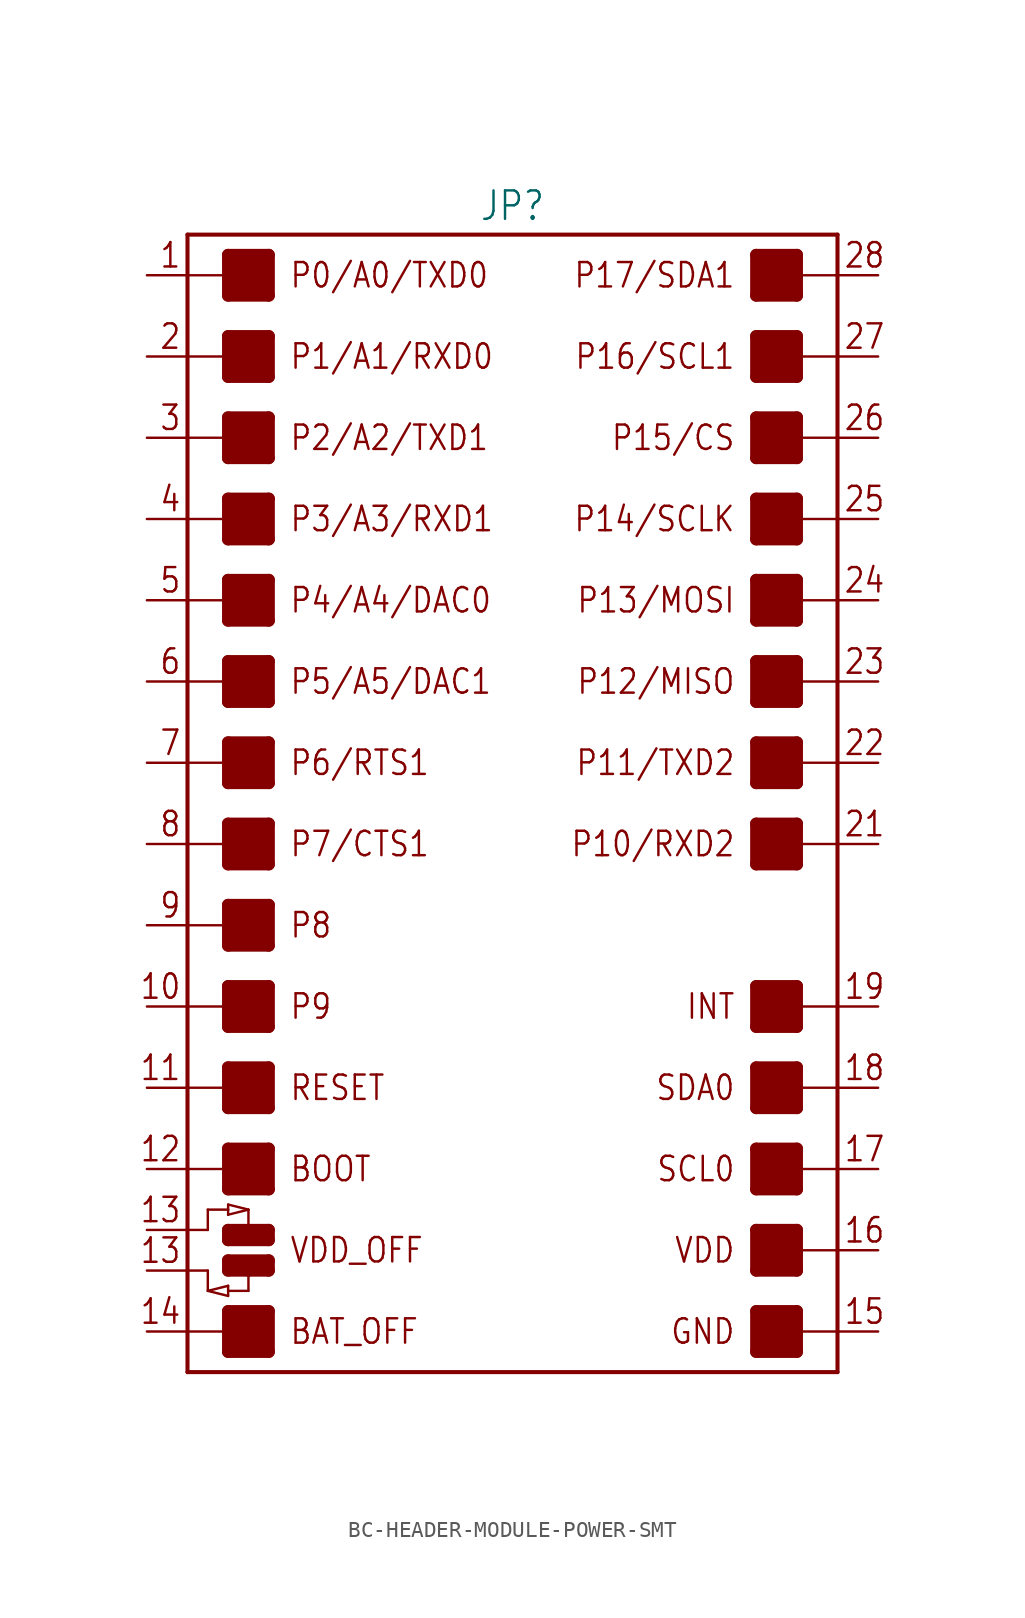
<source format=kicad_sym>
(kicad_symbol_lib
  (version 20231120)
  (generator "kicad_symbol_editor")
  (generator_version "8.0")
  (symbol "BC-HEADER-MODULE-POWER-SMT"
    (property "Reference" "JP"
      (at 0 36.322 0)
      (effects (font (size 1.778 1.511)) (justify bottom)))
    (property "Value" ""
      (at 0 -36.322 0)
      (effects (font (size 1.778 1.511)) (justify top)))
    (property "ki_locked" ""
      (at 0 0 0)
      (effects (font (size 1.27 1.27))))
    (symbol "BC-HEADER-MODULE-POWER-SMT_1_0"
      (rectangle (start -17.78 -34.29) (end -15.24 -31.75) (stroke (width 0) (type default)) (fill (type outline)))
      (rectangle (start -17.78 -24.13) (end -15.24 -21.59) (stroke (width 0) (type default)) (fill (type outline)))
      (rectangle (start -17.78 -19.05) (end -15.24 -16.51) (stroke (width 0) (type default)) (fill (type outline)))
      (rectangle (start -17.78 -13.97) (end -15.24 -11.43) (stroke (width 0) (type default)) (fill (type outline)))
      (rectangle (start -17.78 -8.89) (end -15.24 -6.35) (stroke (width 0) (type default)) (fill (type outline)))
      (rectangle (start -17.78 -3.81) (end -15.24 -1.27) (stroke (width 0) (type default)) (fill (type outline)))
      (rectangle (start -17.78 1.27) (end -15.24 3.81) (stroke (width 0) (type default)) (fill (type outline)))
      (rectangle (start -17.78 6.35) (end -15.24 8.89) (stroke (width 0) (type default)) (fill (type outline)))
      (rectangle (start -17.78 11.43) (end -15.24 13.97) (stroke (width 0) (type default)) (fill (type outline)))
      (rectangle (start -17.78 16.51) (end -15.24 19.05) (stroke (width 0) (type default)) (fill (type outline)))
      (rectangle (start -17.78 21.59) (end -15.24 24.13) (stroke (width 0) (type default)) (fill (type outline)))
      (rectangle (start -17.78 26.67) (end -15.24 29.21) (stroke (width 0) (type default)) (fill (type outline)))
      (rectangle (start -17.78 31.75) (end -15.24 34.29) (stroke (width 0) (type default)) (fill (type outline)))
      (polyline (pts (xy -20.32 -33.02) (xy -20.32 -35.56)) (stroke (width 0.254) (type solid)) (fill (type none)))
      (polyline (pts (xy -20.32 -33.02) (xy -17.78 -33.02)) (stroke (width 0.152) (type solid)) (fill (type none)))
      (polyline (pts (xy -20.32 -29.21) (xy -20.32 -33.02)) (stroke (width 0.254) (type solid)) (fill (type none)))
      (polyline (pts (xy -20.32 -29.21) (xy -19.05 -29.21)) (stroke (width 0.152) (type solid)) (fill (type none)))
      (polyline (pts (xy -20.32 -26.67) (xy -20.32 -29.21)) (stroke (width 0.254) (type solid)) (fill (type none)))
      (polyline (pts (xy -20.32 -26.67) (xy -19.05 -26.67)) (stroke (width 0.152) (type solid)) (fill (type none)))
      (polyline (pts (xy -20.32 -22.86) (xy -20.32 -26.67)) (stroke (width 0.254) (type solid)) (fill (type none)))
      (polyline (pts (xy -20.32 -22.86) (xy -17.78 -22.86)) (stroke (width 0.152) (type solid)) (fill (type none)))
      (polyline (pts (xy -20.32 -17.78) (xy -20.32 -22.86)) (stroke (width 0.254) (type solid)) (fill (type none)))
      (polyline (pts (xy -20.32 -17.78) (xy -17.78 -17.78)) (stroke (width 0.152) (type solid)) (fill (type none)))
      (polyline (pts (xy -20.32 -12.7) (xy -20.32 -17.78)) (stroke (width 0.254) (type solid)) (fill (type none)))
      (polyline (pts (xy -20.32 -12.7) (xy -17.78 -12.7)) (stroke (width 0.152) (type solid)) (fill (type none)))
      (polyline (pts (xy -20.32 -7.62) (xy -20.32 -12.7)) (stroke (width 0.254) (type solid)) (fill (type none)))
      (polyline (pts (xy -20.32 -7.62) (xy -17.78 -7.62)) (stroke (width 0.152) (type solid)) (fill (type none)))
      (polyline (pts (xy -20.32 -2.54) (xy -20.32 -7.62)) (stroke (width 0.254) (type solid)) (fill (type none)))
      (polyline (pts (xy -20.32 -2.54) (xy -17.78 -2.54)) (stroke (width 0.152) (type solid)) (fill (type none)))
      (polyline (pts (xy -20.32 2.54) (xy -20.32 -2.54)) (stroke (width 0.254) (type solid)) (fill (type none)))
      (polyline (pts (xy -20.32 2.54) (xy -17.78 2.54)) (stroke (width 0.152) (type solid)) (fill (type none)))
      (polyline (pts (xy -20.32 7.62) (xy -20.32 2.54)) (stroke (width 0.254) (type solid)) (fill (type none)))
      (polyline (pts (xy -20.32 7.62) (xy -17.78 7.62)) (stroke (width 0.152) (type solid)) (fill (type none)))
      (polyline (pts (xy -20.32 12.7) (xy -20.32 7.62)) (stroke (width 0.254) (type solid)) (fill (type none)))
      (polyline (pts (xy -20.32 12.7) (xy -17.78 12.7)) (stroke (width 0.152) (type solid)) (fill (type none)))
      (polyline (pts (xy -20.32 17.78) (xy -20.32 12.7)) (stroke (width 0.254) (type solid)) (fill (type none)))
      (polyline (pts (xy -20.32 17.78) (xy -17.78 17.78)) (stroke (width 0.152) (type solid)) (fill (type none)))
      (polyline (pts (xy -20.32 22.86) (xy -20.32 17.78)) (stroke (width 0.254) (type solid)) (fill (type none)))
      (polyline (pts (xy -20.32 22.86) (xy -17.78 22.86)) (stroke (width 0.152) (type solid)) (fill (type none)))
      (polyline (pts (xy -20.32 27.94) (xy -20.32 22.86)) (stroke (width 0.254) (type solid)) (fill (type none)))
      (polyline (pts (xy -20.32 27.94) (xy -17.78 27.94)) (stroke (width 0.152) (type solid)) (fill (type none)))
      (polyline (pts (xy -20.32 33.02) (xy -20.32 27.94)) (stroke (width 0.254) (type solid)) (fill (type none)))
      (polyline (pts (xy -20.32 33.02) (xy -17.78 33.02)) (stroke (width 0.152) (type solid)) (fill (type none)))
      (polyline (pts (xy -20.32 35.56) (xy -20.32 33.02)) (stroke (width 0.254) (type solid)) (fill (type none)))
      (polyline (pts (xy -20.32 35.56) (xy 20.32 35.56)) (stroke (width 0.254) (type solid)) (fill (type none)))
      (polyline (pts (xy -19.05 -30.48) (xy -17.78 -30.163)) (stroke (width 0.152) (type solid)) (fill (type none)))
      (polyline (pts (xy -19.05 -29.21) (xy -19.05 -30.48)) (stroke (width 0.152) (type solid)) (fill (type none)))
      (polyline (pts (xy -19.05 -26.67) (xy -19.05 -25.4)) (stroke (width 0.152) (type solid)) (fill (type none)))
      (polyline (pts (xy -19.05 -25.4) (xy -17.78 -25.4)) (stroke (width 0.152) (type solid)) (fill (type none)))
      (polyline (pts (xy -17.78 -34.29) (xy -15.24 -34.29)) (stroke (width 0.762) (type solid)) (fill (type none)))
      (polyline (pts (xy -17.78 -33.02) (xy -17.78 -34.29)) (stroke (width 0.762) (type solid)) (fill (type none)))
      (polyline (pts (xy -17.78 -31.75) (xy -17.78 -33.02)) (stroke (width 0.762) (type solid)) (fill (type none)))
      (polyline (pts (xy -17.78 -31.75) (xy -15.24 -31.75)) (stroke (width 0.762) (type solid)) (fill (type none)))
      (polyline (pts (xy -17.78 -30.797) (xy -19.05 -30.48)) (stroke (width 0.152) (type solid)) (fill (type none)))
      (polyline (pts (xy -17.78 -30.48) (xy -17.78 -30.797)) (stroke (width 0.152) (type solid)) (fill (type none)))
      (polyline (pts (xy -17.78 -30.163) (xy -17.78 -30.48)) (stroke (width 0.152) (type solid)) (fill (type none)))
      (polyline (pts (xy -17.78 -29.21) (xy -17.78 -28.575)) (stroke (width 0.762) (type solid)) (fill (type none)))
      (polyline (pts (xy -17.78 -29.21) (xy -16.51 -29.21)) (stroke (width 0.762) (type solid)) (fill (type none)))
      (polyline (pts (xy -17.78 -28.575) (xy -15.24 -28.575)) (stroke (width 0.762) (type solid)) (fill (type none)))
      (polyline (pts (xy -17.78 -27.305) (xy -15.24 -27.305)) (stroke (width 0.762) (type solid)) (fill (type none)))
      (polyline (pts (xy -17.78 -26.67) (xy -17.78 -27.305)) (stroke (width 0.762) (type solid)) (fill (type none)))
      (polyline (pts (xy -17.78 -26.67) (xy -16.51 -26.67)) (stroke (width 0.762) (type solid)) (fill (type none)))
      (polyline (pts (xy -17.78 -25.718) (xy -16.51 -25.4)) (stroke (width 0.152) (type solid)) (fill (type none)))
      (polyline (pts (xy -17.78 -25.4) (xy -17.78 -25.718)) (stroke (width 0.152) (type solid)) (fill (type none)))
      (polyline (pts (xy -17.78 -25.082) (xy -17.78 -25.4)) (stroke (width 0.152) (type solid)) (fill (type none)))
      (polyline (pts (xy -17.78 -24.13) (xy -15.24 -24.13)) (stroke (width 0.762) (type solid)) (fill (type none)))
      (polyline (pts (xy -17.78 -22.86) (xy -17.78 -24.13)) (stroke (width 0.762) (type solid)) (fill (type none)))
      (polyline (pts (xy -17.78 -21.59) (xy -17.78 -22.86)) (stroke (width 0.762) (type solid)) (fill (type none)))
      (polyline (pts (xy -17.78 -21.59) (xy -15.24 -21.59)) (stroke (width 0.762) (type solid)) (fill (type none)))
      (polyline (pts (xy -17.78 -19.05) (xy -15.24 -19.05)) (stroke (width 0.762) (type solid)) (fill (type none)))
      (polyline (pts (xy -17.78 -17.78) (xy -17.78 -19.05)) (stroke (width 0.762) (type solid)) (fill (type none)))
      (polyline (pts (xy -17.78 -16.51) (xy -17.78 -17.78)) (stroke (width 0.762) (type solid)) (fill (type none)))
      (polyline (pts (xy -17.78 -16.51) (xy -15.24 -16.51)) (stroke (width 0.762) (type solid)) (fill (type none)))
      (polyline (pts (xy -17.78 -13.97) (xy -15.24 -13.97)) (stroke (width 0.762) (type solid)) (fill (type none)))
      (polyline (pts (xy -17.78 -12.7) (xy -17.78 -13.97)) (stroke (width 0.762) (type solid)) (fill (type none)))
      (polyline (pts (xy -17.78 -11.43) (xy -17.78 -12.7)) (stroke (width 0.762) (type solid)) (fill (type none)))
      (polyline (pts (xy -17.78 -11.43) (xy -15.24 -11.43)) (stroke (width 0.762) (type solid)) (fill (type none)))
      (polyline (pts (xy -17.78 -8.89) (xy -15.24 -8.89)) (stroke (width 0.762) (type solid)) (fill (type none)))
      (polyline (pts (xy -17.78 -7.62) (xy -17.78 -8.89)) (stroke (width 0.762) (type solid)) (fill (type none)))
      (polyline (pts (xy -17.78 -6.35) (xy -17.78 -7.62)) (stroke (width 0.762) (type solid)) (fill (type none)))
      (polyline (pts (xy -17.78 -6.35) (xy -15.24 -6.35)) (stroke (width 0.762) (type solid)) (fill (type none)))
      (polyline (pts (xy -17.78 -3.81) (xy -15.24 -3.81)) (stroke (width 0.762) (type solid)) (fill (type none)))
      (polyline (pts (xy -17.78 -2.54) (xy -17.78 -3.81)) (stroke (width 0.762) (type solid)) (fill (type none)))
      (polyline (pts (xy -17.78 -1.27) (xy -17.78 -2.54)) (stroke (width 0.762) (type solid)) (fill (type none)))
      (polyline (pts (xy -17.78 -1.27) (xy -15.24 -1.27)) (stroke (width 0.762) (type solid)) (fill (type none)))
      (polyline (pts (xy -17.78 1.27) (xy -15.24 1.27)) (stroke (width 0.762) (type solid)) (fill (type none)))
      (polyline (pts (xy -17.78 2.54) (xy -17.78 1.27)) (stroke (width 0.762) (type solid)) (fill (type none)))
      (polyline (pts (xy -17.78 3.81) (xy -17.78 2.54)) (stroke (width 0.762) (type solid)) (fill (type none)))
      (polyline (pts (xy -17.78 3.81) (xy -15.24 3.81)) (stroke (width 0.762) (type solid)) (fill (type none)))
      (polyline (pts (xy -17.78 6.35) (xy -15.24 6.35)) (stroke (width 0.762) (type solid)) (fill (type none)))
      (polyline (pts (xy -17.78 7.62) (xy -17.78 6.35)) (stroke (width 0.762) (type solid)) (fill (type none)))
      (polyline (pts (xy -17.78 8.89) (xy -17.78 7.62)) (stroke (width 0.762) (type solid)) (fill (type none)))
      (polyline (pts (xy -17.78 8.89) (xy -15.24 8.89)) (stroke (width 0.762) (type solid)) (fill (type none)))
      (polyline (pts (xy -17.78 11.43) (xy -15.24 11.43)) (stroke (width 0.762) (type solid)) (fill (type none)))
      (polyline (pts (xy -17.78 12.7) (xy -17.78 11.43)) (stroke (width 0.762) (type solid)) (fill (type none)))
      (polyline (pts (xy -17.78 13.97) (xy -17.78 12.7)) (stroke (width 0.762) (type solid)) (fill (type none)))
      (polyline (pts (xy -17.78 13.97) (xy -15.24 13.97)) (stroke (width 0.762) (type solid)) (fill (type none)))
      (polyline (pts (xy -17.78 16.51) (xy -15.24 16.51)) (stroke (width 0.762) (type solid)) (fill (type none)))
      (polyline (pts (xy -17.78 17.78) (xy -17.78 16.51)) (stroke (width 0.762) (type solid)) (fill (type none)))
      (polyline (pts (xy -17.78 19.05) (xy -17.78 17.78)) (stroke (width 0.762) (type solid)) (fill (type none)))
      (polyline (pts (xy -17.78 19.05) (xy -15.24 19.05)) (stroke (width 0.762) (type solid)) (fill (type none)))
      (polyline (pts (xy -17.78 21.59) (xy -15.24 21.59)) (stroke (width 0.762) (type solid)) (fill (type none)))
      (polyline (pts (xy -17.78 22.86) (xy -17.78 21.59)) (stroke (width 0.762) (type solid)) (fill (type none)))
      (polyline (pts (xy -17.78 24.13) (xy -17.78 22.86)) (stroke (width 0.762) (type solid)) (fill (type none)))
      (polyline (pts (xy -17.78 24.13) (xy -15.24 24.13)) (stroke (width 0.762) (type solid)) (fill (type none)))
      (polyline (pts (xy -17.78 26.67) (xy -15.24 26.67)) (stroke (width 0.762) (type solid)) (fill (type none)))
      (polyline (pts (xy -17.78 27.94) (xy -17.78 26.67)) (stroke (width 0.762) (type solid)) (fill (type none)))
      (polyline (pts (xy -17.78 29.21) (xy -17.78 27.94)) (stroke (width 0.762) (type solid)) (fill (type none)))
      (polyline (pts (xy -17.78 29.21) (xy -15.24 29.21)) (stroke (width 0.762) (type solid)) (fill (type none)))
      (polyline (pts (xy -17.78 31.75) (xy -15.24 31.75)) (stroke (width 0.762) (type solid)) (fill (type none)))
      (polyline (pts (xy -17.78 33.02) (xy -17.78 31.75)) (stroke (width 0.762) (type solid)) (fill (type none)))
      (polyline (pts (xy -17.78 34.29) (xy -17.78 33.02)) (stroke (width 0.762) (type solid)) (fill (type none)))
      (polyline (pts (xy -17.78 34.29) (xy -15.24 34.29)) (stroke (width 0.762) (type solid)) (fill (type none)))
      (polyline (pts (xy -16.51 -30.48) (xy -17.78 -30.48)) (stroke (width 0.152) (type solid)) (fill (type none)))
      (polyline (pts (xy -16.51 -30.48) (xy -16.51 -29.21)) (stroke (width 0.152) (type solid)) (fill (type none)))
      (polyline (pts (xy -16.51 -29.21) (xy -15.24 -29.21)) (stroke (width 0.762) (type solid)) (fill (type none)))
      (polyline (pts (xy -16.51 -26.67) (xy -15.24 -26.67)) (stroke (width 0.762) (type solid)) (fill (type none)))
      (polyline (pts (xy -16.51 -25.4) (xy -17.78 -25.082)) (stroke (width 0.152) (type solid)) (fill (type none)))
      (polyline (pts (xy -16.51 -25.4) (xy -16.51 -26.67)) (stroke (width 0.152) (type solid)) (fill (type none)))
      (polyline (pts (xy -15.24 -34.29) (xy -15.24 -31.75)) (stroke (width 0.762) (type solid)) (fill (type none)))
      (polyline (pts (xy -15.24 -28.575) (xy -15.24 -29.21)) (stroke (width 0.762) (type solid)) (fill (type none)))
      (polyline (pts (xy -15.24 -27.305) (xy -15.24 -26.67)) (stroke (width 0.762) (type solid)) (fill (type none)))
      (polyline (pts (xy -15.24 -24.13) (xy -15.24 -21.59)) (stroke (width 0.762) (type solid)) (fill (type none)))
      (polyline (pts (xy -15.24 -19.05) (xy -15.24 -16.51)) (stroke (width 0.762) (type solid)) (fill (type none)))
      (polyline (pts (xy -15.24 -13.97) (xy -15.24 -11.43)) (stroke (width 0.762) (type solid)) (fill (type none)))
      (polyline (pts (xy -15.24 -8.89) (xy -15.24 -6.35)) (stroke (width 0.762) (type solid)) (fill (type none)))
      (polyline (pts (xy -15.24 -3.81) (xy -15.24 -1.27)) (stroke (width 0.762) (type solid)) (fill (type none)))
      (polyline (pts (xy -15.24 1.27) (xy -15.24 3.81)) (stroke (width 0.762) (type solid)) (fill (type none)))
      (polyline (pts (xy -15.24 6.35) (xy -15.24 8.89)) (stroke (width 0.762) (type solid)) (fill (type none)))
      (polyline (pts (xy -15.24 11.43) (xy -15.24 13.97)) (stroke (width 0.762) (type solid)) (fill (type none)))
      (polyline (pts (xy -15.24 16.51) (xy -15.24 19.05)) (stroke (width 0.762) (type solid)) (fill (type none)))
      (polyline (pts (xy -15.24 21.59) (xy -15.24 24.13)) (stroke (width 0.762) (type solid)) (fill (type none)))
      (polyline (pts (xy -15.24 26.67) (xy -15.24 29.21)) (stroke (width 0.762) (type solid)) (fill (type none)))
      (polyline (pts (xy -15.24 31.75) (xy -15.24 34.29)) (stroke (width 0.762) (type solid)) (fill (type none)))
      (polyline (pts (xy 15.24 -34.29) (xy 17.78 -34.29)) (stroke (width 0.762) (type solid)) (fill (type none)))
      (polyline (pts (xy 15.24 -31.75) (xy 15.24 -34.29)) (stroke (width 0.762) (type solid)) (fill (type none)))
      (polyline (pts (xy 15.24 -31.75) (xy 17.78 -31.75)) (stroke (width 0.762) (type solid)) (fill (type none)))
      (polyline (pts (xy 15.24 -29.21) (xy 17.78 -29.21)) (stroke (width 0.762) (type solid)) (fill (type none)))
      (polyline (pts (xy 15.24 -26.67) (xy 15.24 -29.21)) (stroke (width 0.762) (type solid)) (fill (type none)))
      (polyline (pts (xy 15.24 -26.67) (xy 17.78 -26.67)) (stroke (width 0.762) (type solid)) (fill (type none)))
      (polyline (pts (xy 15.24 -24.13) (xy 17.78 -24.13)) (stroke (width 0.762) (type solid)) (fill (type none)))
      (polyline (pts (xy 15.24 -21.59) (xy 15.24 -24.13)) (stroke (width 0.762) (type solid)) (fill (type none)))
      (polyline (pts (xy 15.24 -21.59) (xy 17.78 -21.59)) (stroke (width 0.762) (type solid)) (fill (type none)))
      (polyline (pts (xy 15.24 -19.05) (xy 17.78 -19.05)) (stroke (width 0.762) (type solid)) (fill (type none)))
      (polyline (pts (xy 15.24 -16.51) (xy 15.24 -19.05)) (stroke (width 0.762) (type solid)) (fill (type none)))
      (polyline (pts (xy 15.24 -16.51) (xy 17.78 -16.51)) (stroke (width 0.762) (type solid)) (fill (type none)))
      (polyline (pts (xy 15.24 -13.97) (xy 17.78 -13.97)) (stroke (width 0.762) (type solid)) (fill (type none)))
      (polyline (pts (xy 15.24 -11.43) (xy 15.24 -13.97)) (stroke (width 0.762) (type solid)) (fill (type none)))
      (polyline (pts (xy 15.24 -11.43) (xy 17.78 -11.43)) (stroke (width 0.762) (type solid)) (fill (type none)))
      (polyline (pts (xy 15.24 -3.81) (xy 17.78 -3.81)) (stroke (width 0.762) (type solid)) (fill (type none)))
      (polyline (pts (xy 15.24 -1.27) (xy 15.24 -3.81)) (stroke (width 0.762) (type solid)) (fill (type none)))
      (polyline (pts (xy 15.24 -1.27) (xy 17.78 -1.27)) (stroke (width 0.762) (type solid)) (fill (type none)))
      (polyline (pts (xy 15.24 1.27) (xy 17.78 1.27)) (stroke (width 0.762) (type solid)) (fill (type none)))
      (polyline (pts (xy 15.24 3.81) (xy 15.24 1.27)) (stroke (width 0.762) (type solid)) (fill (type none)))
      (polyline (pts (xy 15.24 3.81) (xy 17.78 3.81)) (stroke (width 0.762) (type solid)) (fill (type none)))
      (polyline (pts (xy 15.24 6.35) (xy 17.78 6.35)) (stroke (width 0.762) (type solid)) (fill (type none)))
      (polyline (pts (xy 15.24 8.89) (xy 15.24 6.35)) (stroke (width 0.762) (type solid)) (fill (type none)))
      (polyline (pts (xy 15.24 8.89) (xy 17.78 8.89)) (stroke (width 0.762) (type solid)) (fill (type none)))
      (polyline (pts (xy 15.24 11.43) (xy 17.78 11.43)) (stroke (width 0.762) (type solid)) (fill (type none)))
      (polyline (pts (xy 15.24 13.97) (xy 15.24 11.43)) (stroke (width 0.762) (type solid)) (fill (type none)))
      (polyline (pts (xy 15.24 13.97) (xy 17.78 13.97)) (stroke (width 0.762) (type solid)) (fill (type none)))
      (polyline (pts (xy 15.24 16.51) (xy 17.78 16.51)) (stroke (width 0.762) (type solid)) (fill (type none)))
      (polyline (pts (xy 15.24 19.05) (xy 15.24 16.51)) (stroke (width 0.762) (type solid)) (fill (type none)))
      (polyline (pts (xy 15.24 19.05) (xy 17.78 19.05)) (stroke (width 0.762) (type solid)) (fill (type none)))
      (polyline (pts (xy 15.24 21.59) (xy 17.78 21.59)) (stroke (width 0.762) (type solid)) (fill (type none)))
      (polyline (pts (xy 15.24 24.13) (xy 15.24 21.59)) (stroke (width 0.762) (type solid)) (fill (type none)))
      (polyline (pts (xy 15.24 24.13) (xy 17.78 24.13)) (stroke (width 0.762) (type solid)) (fill (type none)))
      (polyline (pts (xy 15.24 26.67) (xy 17.78 26.67)) (stroke (width 0.762) (type solid)) (fill (type none)))
      (polyline (pts (xy 15.24 29.21) (xy 15.24 26.67)) (stroke (width 0.762) (type solid)) (fill (type none)))
      (polyline (pts (xy 15.24 29.21) (xy 17.78 29.21)) (stroke (width 0.762) (type solid)) (fill (type none)))
      (polyline (pts (xy 15.24 31.75) (xy 17.78 31.75)) (stroke (width 0.762) (type solid)) (fill (type none)))
      (polyline (pts (xy 15.24 34.29) (xy 15.24 31.75)) (stroke (width 0.762) (type solid)) (fill (type none)))
      (polyline (pts (xy 15.24 34.29) (xy 17.78 34.29)) (stroke (width 0.762) (type solid)) (fill (type none)))
      (polyline (pts (xy 17.78 -34.29) (xy 17.78 -33.02)) (stroke (width 0.762) (type solid)) (fill (type none)))
      (polyline (pts (xy 17.78 -33.02) (xy 17.78 -31.75)) (stroke (width 0.762) (type solid)) (fill (type none)))
      (polyline (pts (xy 17.78 -33.02) (xy 20.32 -33.02)) (stroke (width 0.152) (type solid)) (fill (type none)))
      (polyline (pts (xy 17.78 -29.21) (xy 17.78 -27.94)) (stroke (width 0.762) (type solid)) (fill (type none)))
      (polyline (pts (xy 17.78 -27.94) (xy 17.78 -26.67)) (stroke (width 0.762) (type solid)) (fill (type none)))
      (polyline (pts (xy 17.78 -27.94) (xy 20.32 -27.94)) (stroke (width 0.152) (type solid)) (fill (type none)))
      (polyline (pts (xy 17.78 -24.13) (xy 17.78 -22.86)) (stroke (width 0.762) (type solid)) (fill (type none)))
      (polyline (pts (xy 17.78 -22.86) (xy 17.78 -21.59)) (stroke (width 0.762) (type solid)) (fill (type none)))
      (polyline (pts (xy 17.78 -22.86) (xy 20.32 -22.86)) (stroke (width 0.152) (type solid)) (fill (type none)))
      (polyline (pts (xy 17.78 -19.05) (xy 17.78 -17.78)) (stroke (width 0.762) (type solid)) (fill (type none)))
      (polyline (pts (xy 17.78 -17.78) (xy 17.78 -16.51)) (stroke (width 0.762) (type solid)) (fill (type none)))
      (polyline (pts (xy 17.78 -17.78) (xy 20.32 -17.78)) (stroke (width 0.152) (type solid)) (fill (type none)))
      (polyline (pts (xy 17.78 -13.97) (xy 17.78 -12.7)) (stroke (width 0.762) (type solid)) (fill (type none)))
      (polyline (pts (xy 17.78 -12.7) (xy 17.78 -11.43)) (stroke (width 0.762) (type solid)) (fill (type none)))
      (polyline (pts (xy 17.78 -12.7) (xy 20.32 -12.7)) (stroke (width 0.152) (type solid)) (fill (type none)))
      (polyline (pts (xy 17.78 -3.81) (xy 17.78 -2.54)) (stroke (width 0.762) (type solid)) (fill (type none)))
      (polyline (pts (xy 17.78 -2.54) (xy 17.78 -1.27)) (stroke (width 0.762) (type solid)) (fill (type none)))
      (polyline (pts (xy 17.78 -2.54) (xy 20.32 -2.54)) (stroke (width 0.152) (type solid)) (fill (type none)))
      (polyline (pts (xy 17.78 1.27) (xy 17.78 2.54)) (stroke (width 0.762) (type solid)) (fill (type none)))
      (polyline (pts (xy 17.78 2.54) (xy 17.78 3.81)) (stroke (width 0.762) (type solid)) (fill (type none)))
      (polyline (pts (xy 17.78 2.54) (xy 20.32 2.54)) (stroke (width 0.152) (type solid)) (fill (type none)))
      (polyline (pts (xy 17.78 6.35) (xy 17.78 7.62)) (stroke (width 0.762) (type solid)) (fill (type none)))
      (polyline (pts (xy 17.78 7.62) (xy 17.78 8.89)) (stroke (width 0.762) (type solid)) (fill (type none)))
      (polyline (pts (xy 17.78 7.62) (xy 20.32 7.62)) (stroke (width 0.152) (type solid)) (fill (type none)))
      (polyline (pts (xy 17.78 11.43) (xy 17.78 12.7)) (stroke (width 0.762) (type solid)) (fill (type none)))
      (polyline (pts (xy 17.78 12.7) (xy 17.78 13.97)) (stroke (width 0.762) (type solid)) (fill (type none)))
      (polyline (pts (xy 17.78 12.7) (xy 20.32 12.7)) (stroke (width 0.152) (type solid)) (fill (type none)))
      (polyline (pts (xy 17.78 16.51) (xy 17.78 17.78)) (stroke (width 0.762) (type solid)) (fill (type none)))
      (polyline (pts (xy 17.78 17.78) (xy 17.78 19.05)) (stroke (width 0.762) (type solid)) (fill (type none)))
      (polyline (pts (xy 17.78 17.78) (xy 20.32 17.78)) (stroke (width 0.152) (type solid)) (fill (type none)))
      (polyline (pts (xy 17.78 21.59) (xy 17.78 22.86)) (stroke (width 0.762) (type solid)) (fill (type none)))
      (polyline (pts (xy 17.78 22.86) (xy 17.78 24.13)) (stroke (width 0.762) (type solid)) (fill (type none)))
      (polyline (pts (xy 17.78 22.86) (xy 20.32 22.86)) (stroke (width 0.152) (type solid)) (fill (type none)))
      (polyline (pts (xy 17.78 26.67) (xy 17.78 27.94)) (stroke (width 0.762) (type solid)) (fill (type none)))
      (polyline (pts (xy 17.78 27.94) (xy 17.78 29.21)) (stroke (width 0.762) (type solid)) (fill (type none)))
      (polyline (pts (xy 17.78 27.94) (xy 20.32 27.94)) (stroke (width 0.152) (type solid)) (fill (type none)))
      (polyline (pts (xy 17.78 31.75) (xy 17.78 33.02)) (stroke (width 0.762) (type solid)) (fill (type none)))
      (polyline (pts (xy 17.78 33.02) (xy 17.78 34.29)) (stroke (width 0.762) (type solid)) (fill (type none)))
      (polyline (pts (xy 17.78 33.02) (xy 20.32 33.02)) (stroke (width 0.152) (type solid)) (fill (type none)))
      (polyline (pts (xy 20.32 -35.56) (xy -20.32 -35.56)) (stroke (width 0.254) (type solid)) (fill (type none)))
      (polyline (pts (xy 20.32 -33.02) (xy 20.32 -35.56)) (stroke (width 0.254) (type solid)) (fill (type none)))
      (polyline (pts (xy 20.32 -27.94) (xy 20.32 -33.02)) (stroke (width 0.254) (type solid)) (fill (type none)))
      (polyline (pts (xy 20.32 -22.86) (xy 20.32 -27.94)) (stroke (width 0.254) (type solid)) (fill (type none)))
      (polyline (pts (xy 20.32 -17.78) (xy 20.32 -22.86)) (stroke (width 0.254) (type solid)) (fill (type none)))
      (polyline (pts (xy 20.32 -12.7) (xy 20.32 -17.78)) (stroke (width 0.254) (type solid)) (fill (type none)))
      (polyline (pts (xy 20.32 -2.54) (xy 20.32 -12.7)) (stroke (width 0.254) (type solid)) (fill (type none)))
      (polyline (pts (xy 20.32 2.54) (xy 20.32 -2.54)) (stroke (width 0.254) (type solid)) (fill (type none)))
      (polyline (pts (xy 20.32 7.62) (xy 20.32 2.54)) (stroke (width 0.254) (type solid)) (fill (type none)))
      (polyline (pts (xy 20.32 12.7) (xy 20.32 7.62)) (stroke (width 0.254) (type solid)) (fill (type none)))
      (polyline (pts (xy 20.32 17.78) (xy 20.32 12.7)) (stroke (width 0.254) (type solid)) (fill (type none)))
      (polyline (pts (xy 20.32 22.86) (xy 20.32 17.78)) (stroke (width 0.254) (type solid)) (fill (type none)))
      (polyline (pts (xy 20.32 27.94) (xy 20.32 22.86)) (stroke (width 0.254) (type solid)) (fill (type none)))
      (polyline (pts (xy 20.32 33.02) (xy 20.32 27.94)) (stroke (width 0.254) (type solid)) (fill (type none)))
      (polyline (pts (xy 20.32 35.56) (xy 20.32 33.02)) (stroke (width 0.254) (type solid)) (fill (type none)))
      (rectangle (start 15.24 -34.29) (end 17.78 -31.75) (stroke (width 0) (type default)) (fill (type outline)))
      (rectangle (start 15.24 -29.21) (end 17.78 -26.67) (stroke (width 0) (type default)) (fill (type outline)))
      (rectangle (start 15.24 -24.13) (end 17.78 -21.59) (stroke (width 0) (type default)) (fill (type outline)))
      (rectangle (start 15.24 -19.05) (end 17.78 -16.51) (stroke (width 0) (type default)) (fill (type outline)))
      (rectangle (start 15.24 -13.97) (end 17.78 -11.43) (stroke (width 0) (type default)) (fill (type outline)))
      (rectangle (start 15.24 -3.81) (end 17.78 -1.27) (stroke (width 0) (type default)) (fill (type outline)))
      (rectangle (start 15.24 1.27) (end 17.78 3.81) (stroke (width 0) (type default)) (fill (type outline)))
      (rectangle (start 15.24 6.35) (end 17.78 8.89) (stroke (width 0) (type default)) (fill (type outline)))
      (rectangle (start 15.24 11.43) (end 17.78 13.97) (stroke (width 0) (type default)) (fill (type outline)))
      (rectangle (start 15.24 16.51) (end 17.78 19.05) (stroke (width 0) (type default)) (fill (type outline)))
      (rectangle (start 15.24 21.59) (end 17.78 24.13) (stroke (width 0) (type default)) (fill (type outline)))
      (rectangle (start 15.24 26.67) (end 17.78 29.21) (stroke (width 0) (type default)) (fill (type outline)))
      (rectangle (start 15.24 31.75) (end 17.78 34.29) (stroke (width 0) (type default)) (fill (type outline)))
      (text "1" (at -20.676 33.376 0) (effects (font (size 1.524 1.295)) (justify right bottom)))
      (text "10" (at -20.676 -12.344 0) (effects (font (size 1.524 1.295)) (justify right bottom)))
      (text "11" (at -20.676 -17.424 0) (effects (font (size 1.524 1.295)) (justify right bottom)))
      (text "12" (at -20.676 -22.504 0) (effects (font (size 1.524 1.295)) (justify right bottom)))
      (text "13" (at -20.676 -28.854 0) (effects (font (size 1.524 1.295)) (justify right bottom)))
      (text "13" (at -20.676 -26.314 0) (effects (font (size 1.524 1.295)) (justify right bottom)))
      (text "14" (at -20.676 -32.664 0) (effects (font (size 1.524 1.295)) (justify right bottom)))
      (text "15" (at 20.676 -32.664 0) (effects (font (size 1.524 1.295)) (justify left bottom)))
      (text "16" (at 20.676 -27.584 0) (effects (font (size 1.524 1.295)) (justify left bottom)))
      (text "17" (at 20.676 -22.504 0) (effects (font (size 1.524 1.295)) (justify left bottom)))
      (text "18" (at 20.676 -17.424 0) (effects (font (size 1.524 1.295)) (justify left bottom)))
      (text "19" (at 20.676 -12.344 0) (effects (font (size 1.524 1.295)) (justify left bottom)))
      (text "2" (at -20.676 28.296 0) (effects (font (size 1.524 1.295)) (justify right bottom)))
      (text "21" (at 20.676 -2.184 0) (effects (font (size 1.524 1.295)) (justify left bottom)))
      (text "22" (at 20.676 2.896 0) (effects (font (size 1.524 1.295)) (justify left bottom)))
      (text "23" (at 20.676 7.976 0) (effects (font (size 1.524 1.295)) (justify left bottom)))
      (text "24" (at 20.676 13.056 0) (effects (font (size 1.524 1.295)) (justify left bottom)))
      (text "25" (at 20.676 18.136 0) (effects (font (size 1.524 1.295)) (justify left bottom)))
      (text "26" (at 20.676 23.216 0) (effects (font (size 1.524 1.295)) (justify left bottom)))
      (text "27" (at 20.676 28.296 0) (effects (font (size 1.524 1.295)) (justify left bottom)))
      (text "28" (at 20.676 33.376 0) (effects (font (size 1.524 1.295)) (justify left bottom)))
      (text "3" (at -20.676 23.216 0) (effects (font (size 1.524 1.295)) (justify right bottom)))
      (text "4" (at -20.676 18.136 0) (effects (font (size 1.524 1.295)) (justify right bottom)))
      (text "5" (at -20.676 13.056 0) (effects (font (size 1.524 1.295)) (justify right bottom)))
      (text "6" (at -20.676 7.976 0) (effects (font (size 1.524 1.295)) (justify right bottom)))
      (text "7" (at -20.676 2.896 0) (effects (font (size 1.524 1.295)) (justify right bottom)))
      (text "8" (at -20.676 -2.184 0) (effects (font (size 1.524 1.295)) (justify right bottom)))
      (text "9" (at -20.676 -7.264 0) (effects (font (size 1.524 1.295)) (justify right bottom)))
      (text "BAT_OFF" (at -13.97 -33.02 0) (effects (font (size 1.524 1.295)) (justify left)))
      (text "BOOT" (at -13.97 -22.86 0) (effects (font (size 1.524 1.295)) (justify left)))
      (text "GND" (at 13.97 -33.02 0) (effects (font (size 1.524 1.295)) (justify right)))
      (text "INT" (at 13.97 -12.7 0) (effects (font (size 1.524 1.295)) (justify right)))
      (text "P0/A0/TXD0" (at -13.97 33.02 0) (effects (font (size 1.524 1.295)) (justify left)))
      (text "P1/A1/RXD0" (at -13.97 27.94 0) (effects (font (size 1.524 1.295)) (justify left)))
      (text "P10/RXD2" (at 13.97 -2.54 0) (effects (font (size 1.524 1.295)) (justify right)))
      (text "P11/TXD2" (at 13.97 2.54 0) (effects (font (size 1.524 1.295)) (justify right)))
      (text "P12/MISO" (at 13.97 7.62 0) (effects (font (size 1.524 1.295)) (justify right)))
      (text "P13/MOSI" (at 13.97 12.7 0) (effects (font (size 1.524 1.295)) (justify right)))
      (text "P14/SCLK" (at 13.97 17.78 0) (effects (font (size 1.524 1.295)) (justify right)))
      (text "P15/CS" (at 13.97 22.86 0) (effects (font (size 1.524 1.295)) (justify right)))
      (text "P16/SCL1" (at 13.97 27.94 0) (effects (font (size 1.524 1.295)) (justify right)))
      (text "P17/SDA1" (at 13.97 33.02 0) (effects (font (size 1.524 1.295)) (justify right)))
      (text "P2/A2/TXD1" (at -13.97 22.86 0) (effects (font (size 1.524 1.295)) (justify left)))
      (text "P3/A3/RXD1" (at -13.97 17.78 0) (effects (font (size 1.524 1.295)) (justify left)))
      (text "P4/A4/DAC0" (at -13.97 12.7 0) (effects (font (size 1.524 1.295)) (justify left)))
      (text "P5/A5/DAC1" (at -13.97 7.62 0) (effects (font (size 1.524 1.295)) (justify left)))
      (text "P6/RTS1" (at -13.97 2.54 0) (effects (font (size 1.524 1.295)) (justify left)))
      (text "P7/CTS1" (at -13.97 -2.54 0) (effects (font (size 1.524 1.295)) (justify left)))
      (text "P8" (at -13.97 -7.62 0) (effects (font (size 1.524 1.295)) (justify left)))
      (text "P9" (at -13.97 -12.7 0) (effects (font (size 1.524 1.295)) (justify left)))
      (text "RESET" (at -13.97 -17.78 0) (effects (font (size 1.524 1.295)) (justify left)))
      (text "SCL0" (at 13.97 -22.86 0) (effects (font (size 1.524 1.295)) (justify right)))
      (text "SDA0" (at 13.97 -17.78 0) (effects (font (size 1.524 1.295)) (justify right)))
      (text "VDD" (at 13.97 -27.94 0) (effects (font (size 1.524 1.295)) (justify right)))
      (text "VDD_OFF" (at -13.97 -27.94 0) (effects (font (size 1.524 1.295)) (justify left)))
      (pin passive line (at -22.86 33.02 0) (length 2.54) (name "P0/A0/TXD0" (effects (font (size 0 0)))) (number "1" (effects (font (size 0 0)))))
      (pin passive line (at -22.86 -12.7 0) (length 2.54) (name "P9" (effects (font (size 0 0)))) (number "10" (effects (font (size 0 0)))))
      (pin passive line (at -22.86 -17.78 0) (length 2.54) (name "RESET" (effects (font (size 0 0)))) (number "11" (effects (font (size 0 0)))))
      (pin passive line (at -22.86 -22.86 0) (length 2.54) (name "BOOT" (effects (font (size 0 0)))) (number "12" (effects (font (size 0 0)))))
      (pin passive line (at -22.86 -29.21 0) (length 2.54) (name "VDD_OFF_OUT" (effects (font (size 0 0)))) (number "13B" (effects (font (size 0 0)))))
      (pin passive line (at -22.86 -26.67 0) (length 2.54) (name "VDD_OFF_IN" (effects (font (size 0 0)))) (number "13T" (effects (font (size 0 0)))))
      (pin passive line (at -22.86 -33.02 0) (length 2.54) (name "BAT_OFF" (effects (font (size 0 0)))) (number "14" (effects (font (size 0 0)))))
      (pin passive line (at 22.86 -33.02 180) (length 2.54) (name "GND" (effects (font (size 0 0)))) (number "15" (effects (font (size 0 0)))))
      (pin passive line (at 22.86 -27.94 180) (length 2.54) (name "VDD" (effects (font (size 0 0)))) (number "16" (effects (font (size 0 0)))))
      (pin passive line (at 22.86 -22.86 180) (length 2.54) (name "SCL0" (effects (font (size 0 0)))) (number "17" (effects (font (size 0 0)))))
      (pin passive line (at 22.86 -17.78 180) (length 2.54) (name "SDA0" (effects (font (size 0 0)))) (number "18" (effects (font (size 0 0)))))
      (pin passive line (at 22.86 -12.7 180) (length 2.54) (name "INT" (effects (font (size 0 0)))) (number "19" (effects (font (size 0 0)))))
      (pin passive line (at -22.86 27.94 0) (length 2.54) (name "P1/A1/RXD0" (effects (font (size 0 0)))) (number "2" (effects (font (size 0 0)))))
      (pin passive line (at 22.86 -2.54 180) (length 2.54) (name "P10/RXD2" (effects (font (size 0 0)))) (number "21" (effects (font (size 0 0)))))
      (pin passive line (at 22.86 2.54 180) (length 2.54) (name "P11/TXD2" (effects (font (size 0 0)))) (number "22" (effects (font (size 0 0)))))
      (pin passive line (at 22.86 7.62 180) (length 2.54) (name "P12/MISO" (effects (font (size 0 0)))) (number "23" (effects (font (size 0 0)))))
      (pin passive line (at 22.86 12.7 180) (length 2.54) (name "P13/MOSI" (effects (font (size 0 0)))) (number "24" (effects (font (size 0 0)))))
      (pin passive line (at 22.86 17.78 180) (length 2.54) (name "P14/SCLK" (effects (font (size 0 0)))) (number "25" (effects (font (size 0 0)))))
      (pin passive line (at 22.86 22.86 180) (length 2.54) (name "P15/CS" (effects (font (size 0 0)))) (number "26" (effects (font (size 0 0)))))
      (pin passive line (at 22.86 27.94 180) (length 2.54) (name "P16/SCL1" (effects (font (size 0 0)))) (number "27" (effects (font (size 0 0)))))
      (pin passive line (at 22.86 33.02 180) (length 2.54) (name "P17/SDA1" (effects (font (size 0 0)))) (number "28" (effects (font (size 0 0)))))
      (pin passive line (at -22.86 22.86 0) (length 2.54) (name "P2/A2/TXD1" (effects (font (size 0 0)))) (number "3" (effects (font (size 0 0)))))
      (pin passive line (at -22.86 17.78 0) (length 2.54) (name "P3/A3/RXD1" (effects (font (size 0 0)))) (number "4" (effects (font (size 0 0)))))
      (pin passive line (at -22.86 12.7 0) (length 2.54) (name "P4/A4/DAC0" (effects (font (size 0 0)))) (number "5" (effects (font (size 0 0)))))
      (pin passive line (at -22.86 7.62 0) (length 2.54) (name "P5/A5/DAC1" (effects (font (size 0 0)))) (number "6" (effects (font (size 0 0)))))
      (pin passive line (at -22.86 2.54 0) (length 2.54) (name "P6/RTS1" (effects (font (size 0 0)))) (number "7" (effects (font (size 0 0)))))
      (pin passive line (at -22.86 -2.54 0) (length 2.54) (name "P7/CTS1" (effects (font (size 0 0)))) (number "8" (effects (font (size 0 0)))))
      (pin passive line (at -22.86 -7.62 0) (length 2.54) (name "P8" (effects (font (size 0 0)))) (number "9" (effects (font (size 0 0))))))))
</source>
